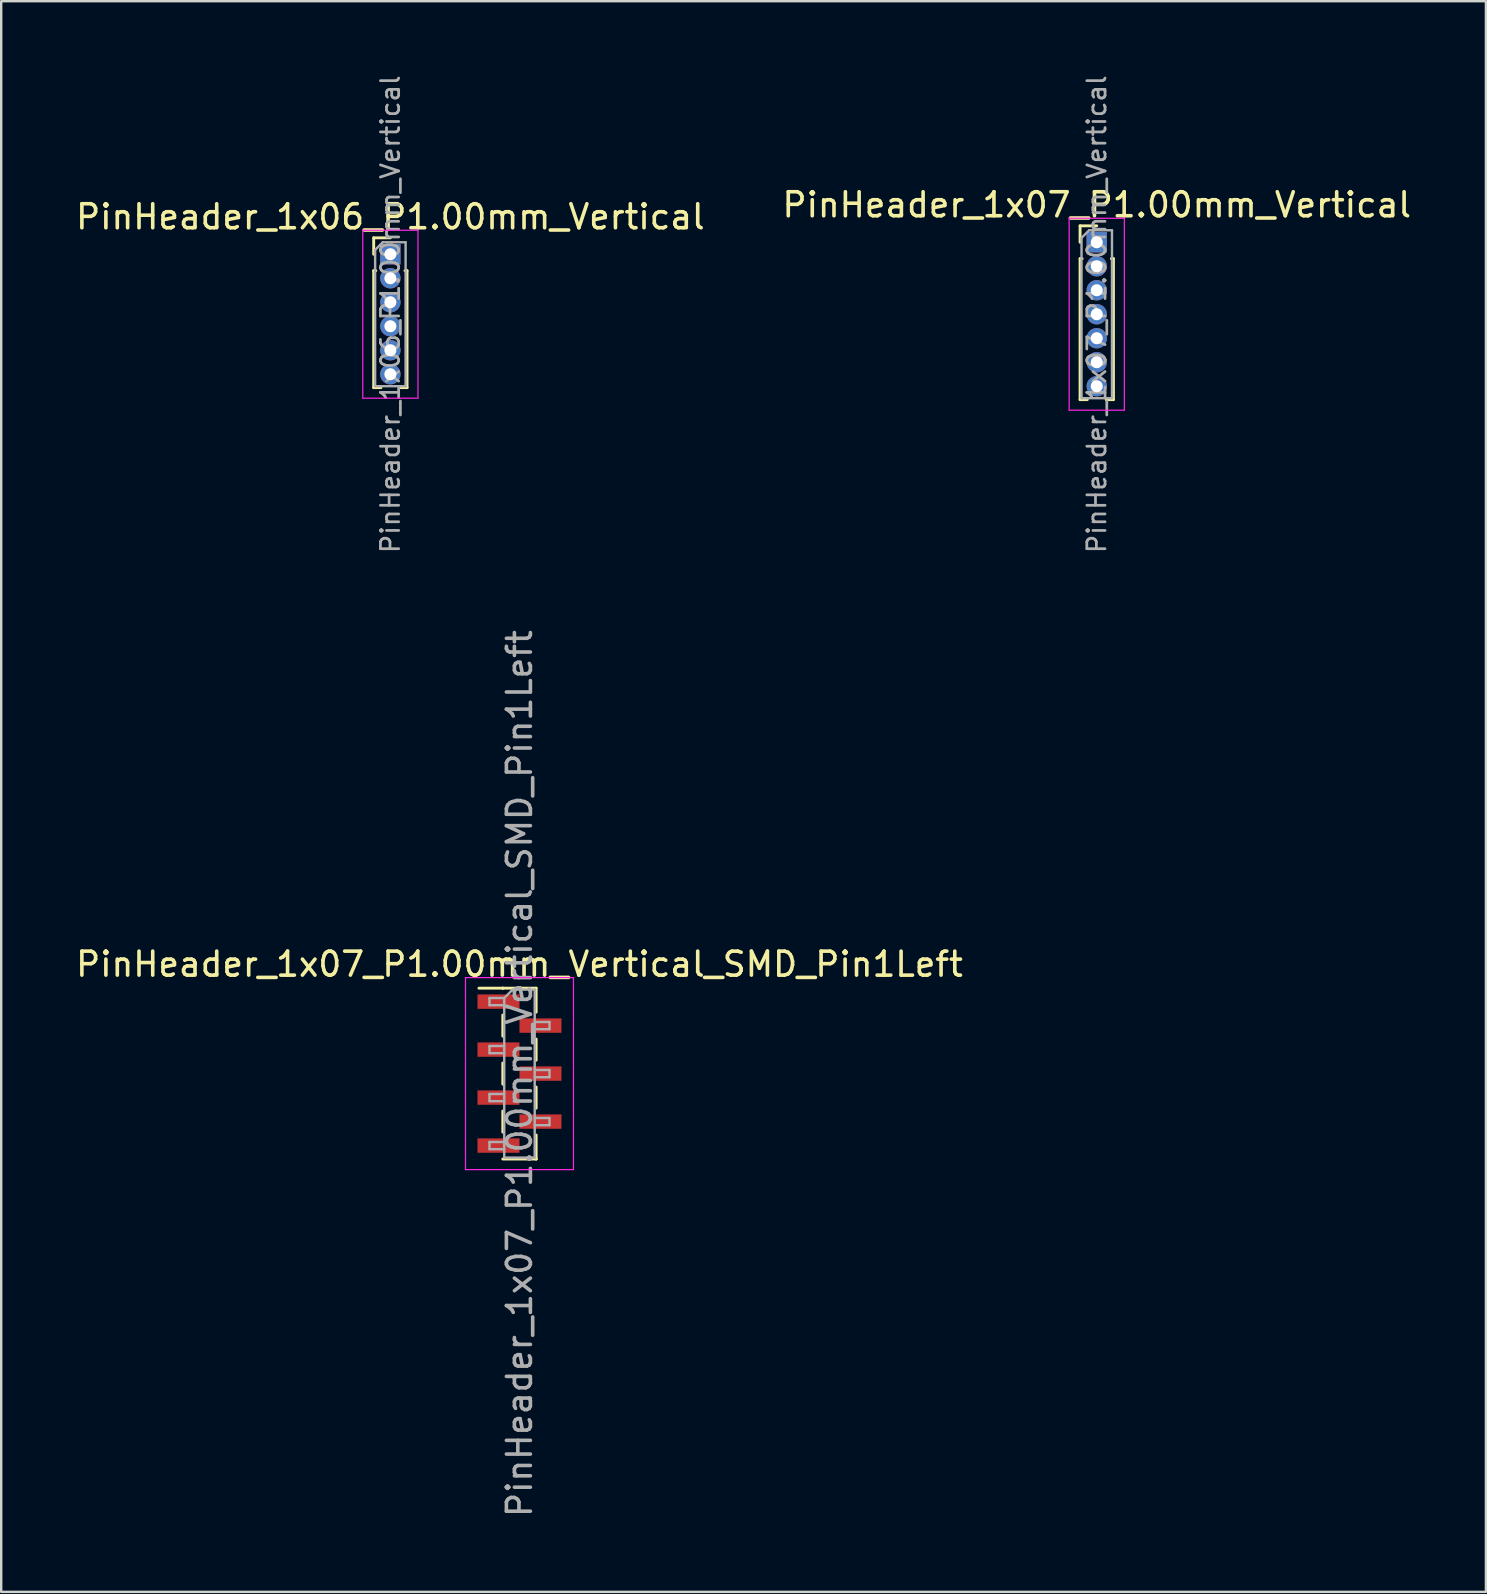
<source format=kicad_pcb>
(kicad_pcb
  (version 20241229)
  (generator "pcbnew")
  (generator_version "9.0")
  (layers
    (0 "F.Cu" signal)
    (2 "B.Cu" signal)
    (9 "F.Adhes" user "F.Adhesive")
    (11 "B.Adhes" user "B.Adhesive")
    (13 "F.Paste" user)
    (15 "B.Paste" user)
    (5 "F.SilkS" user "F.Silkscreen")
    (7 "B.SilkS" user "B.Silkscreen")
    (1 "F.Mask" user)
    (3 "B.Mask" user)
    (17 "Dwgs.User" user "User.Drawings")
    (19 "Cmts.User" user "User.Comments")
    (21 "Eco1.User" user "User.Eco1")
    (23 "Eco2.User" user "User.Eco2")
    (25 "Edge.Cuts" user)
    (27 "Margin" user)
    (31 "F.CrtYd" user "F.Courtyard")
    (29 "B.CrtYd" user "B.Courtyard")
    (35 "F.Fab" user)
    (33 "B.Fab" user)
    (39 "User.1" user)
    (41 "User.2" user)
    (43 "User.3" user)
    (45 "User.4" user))
  (footprint "PinHeader_1x07_P1.00mm_Vertical"
    (layer "F.Cu")
    (at 42.661 7.047)
    (property "Reference" "PinHeader_1x07_P1.00mm_Vertical" (at 0 -1.56 0) (layer "F.SilkS") (effects (font (size 1 1) (thickness 0.15))))
    (attr through_hole)
    (fp_line (start -0.695 -0.685) (end 0 -0.685) (stroke (width 0.12) (type solid)) (layer "F.SilkS"))
    (fp_line (start -0.695 0) (end -0.695 -0.685) (stroke (width 0.12) (type solid)) (layer "F.SilkS"))
    (fp_line (start -0.695 0.685) (end -0.695 6.56) (stroke (width 0.12) (type solid)) (layer "F.SilkS"))
    (fp_line (start -0.695 0.685) (end -0.608 0.685) (stroke (width 0.12) (type solid)) (layer "F.SilkS"))
    (fp_line (start -0.695 6.56) (end -0.394 6.56) (stroke (width 0.12) (type solid)) (layer "F.SilkS"))
    (fp_line (start 0.394 6.56) (end 0.695 6.56) (stroke (width 0.12) (type solid)) (layer "F.SilkS"))
    (fp_line (start 0.608 0.685) (end 0.695 0.685) (stroke (width 0.12) (type solid)) (layer "F.SilkS"))
    (fp_line (start 0.695 0.685) (end 0.695 6.56) (stroke (width 0.12) (type solid)) (layer "F.SilkS"))
    (fp_line (start -1.15 -1) (end -1.15 7) (stroke (width 0.05) (type solid)) (layer "F.CrtYd"))
    (fp_line (start -1.15 7) (end 1.15 7) (stroke (width 0.05) (type solid)) (layer "F.CrtYd"))
    (fp_line (start 1.15 -1) (end -1.15 -1) (stroke (width 0.05) (type solid)) (layer "F.CrtYd"))
    (fp_line (start 1.15 7) (end 1.15 -1) (stroke (width 0.05) (type solid)) (layer "F.CrtYd"))
    (fp_line (start -0.635 -0.182) (end -0.318 -0.5) (stroke (width 0.1) (type solid)) (layer "F.Fab"))
    (fp_line (start -0.635 6.5) (end -0.635 -0.182) (stroke (width 0.1) (type solid)) (layer "F.Fab"))
    (fp_line (start -0.318 -0.5) (end 0.635 -0.5) (stroke (width 0.1) (type solid)) (layer "F.Fab"))
    (fp_line (start 0.635 -0.5) (end 0.635 6.5) (stroke (width 0.1) (type solid)) (layer "F.Fab"))
    (fp_line (start 0.635 6.5) (end -0.635 6.5) (stroke (width 0.1) (type solid)) (layer "F.Fab"))
    (fp_text user "${REFERENCE}" (at 0 3 90) (layer "F.Fab") (effects (font (size 0.76 0.76) (thickness 0.114))))
    (pad "1" thru_hole rect (at 0 0) (size 0.85 0.85) (drill 0.5) (layers "*.Cu" "*.Mask"))
    (pad "2" thru_hole oval (at 0 1) (size 0.85 0.85) (drill 0.5) (layers "*.Cu" "*.Mask"))
    (pad "3" thru_hole oval (at 0 2) (size 0.85 0.85) (drill 0.5) (layers "*.Cu" "*.Mask"))
    (pad "4" thru_hole oval (at 0 3) (size 0.85 0.85) (drill 0.5) (layers "*.Cu" "*.Mask"))
    (pad "5" thru_hole oval (at 0 4) (size 0.85 0.85) (drill 0.5) (layers "*.Cu" "*.Mask"))
    (pad "6" thru_hole oval (at 0 5) (size 0.85 0.85) (drill 0.5) (layers "*.Cu" "*.Mask"))
    (pad "7" thru_hole oval (at 0 6) (size 0.85 0.85) (drill 0.5) (layers "*.Cu" "*.Mask")))
  (footprint "PinHeader_1x07_P1.00mm_Vertical_SMD_Pin1Left"
    (layer "F.Cu")
    (at 18.601 41.696)
    (property "Reference" "PinHeader_1x07_P1.00mm_Vertical_SMD_Pin1Left" (at 0 -4.56 0) (layer "F.SilkS") (effects (font (size 1 1) (thickness 0.15))))
    (attr smd)
    (fp_line (start -0.695 -3.56) (end -1.69 -3.56) (stroke (width 0.12) (type solid)) (layer "F.SilkS"))
    (fp_line (start -0.695 -3.56) (end -0.695 -3.56) (stroke (width 0.12) (type solid)) (layer "F.SilkS"))
    (fp_line (start -0.695 -3.56) (end 0.695 -3.56) (stroke (width 0.12) (type solid)) (layer "F.SilkS"))
    (fp_line (start -0.695 -2.44) (end -0.695 -1.56) (stroke (width 0.12) (type solid)) (layer "F.SilkS"))
    (fp_line (start -0.695 -0.44) (end -0.695 0.44) (stroke (width 0.12) (type solid)) (layer "F.SilkS"))
    (fp_line (start -0.695 1.56) (end -0.695 2.44) (stroke (width 0.12) (type solid)) (layer "F.SilkS"))
    (fp_line (start -0.695 3.56) (end 0.695 3.56) (stroke (width 0.12) (type solid)) (layer "F.SilkS"))
    (fp_line (start 0.695 -3.56) (end 0.695 -2.56) (stroke (width 0.12) (type solid)) (layer "F.SilkS"))
    (fp_line (start 0.695 -1.44) (end 0.695 -0.56) (stroke (width 0.12) (type solid)) (layer "F.SilkS"))
    (fp_line (start 0.695 0.56) (end 0.695 1.44) (stroke (width 0.12) (type solid)) (layer "F.SilkS"))
    (fp_line (start 0.695 2.56) (end 0.695 3.56) (stroke (width 0.12) (type solid)) (layer "F.SilkS"))
    (fp_line (start 0.695 3.56) (end 0.695 3.56) (stroke (width 0.12) (type solid)) (layer "F.SilkS"))
    (fp_line (start -2.25 -4) (end -2.25 4) (stroke (width 0.05) (type solid)) (layer "F.CrtYd"))
    (fp_line (start -2.25 4) (end 2.25 4) (stroke (width 0.05) (type solid)) (layer "F.CrtYd"))
    (fp_line (start 2.25 -4) (end -2.25 -4) (stroke (width 0.05) (type solid)) (layer "F.CrtYd"))
    (fp_line (start 2.25 4) (end 2.25 -4) (stroke (width 0.05) (type solid)) (layer "F.CrtYd"))
    (fp_line (start -1.25 -3.15) (end -1.25 -2.85) (stroke (width 0.1) (type solid)) (layer "F.Fab"))
    (fp_line (start -1.25 -2.85) (end -0.635 -2.85) (stroke (width 0.1) (type solid)) (layer "F.Fab"))
    (fp_line (start -1.25 -1.15) (end -1.25 -0.85) (stroke (width 0.1) (type solid)) (layer "F.Fab"))
    (fp_line (start -1.25 -0.85) (end -0.635 -0.85) (stroke (width 0.1) (type solid)) (layer "F.Fab"))
    (fp_line (start -1.25 0.85) (end -1.25 1.15) (stroke (width 0.1) (type solid)) (layer "F.Fab"))
    (fp_line (start -1.25 1.15) (end -0.635 1.15) (stroke (width 0.1) (type solid)) (layer "F.Fab"))
    (fp_line (start -1.25 2.85) (end -1.25 3.15) (stroke (width 0.1) (type solid)) (layer "F.Fab"))
    (fp_line (start -1.25 3.15) (end -0.635 3.15) (stroke (width 0.1) (type solid)) (layer "F.Fab"))
    (fp_line (start -0.635 -3.15) (end -1.25 -3.15) (stroke (width 0.1) (type solid)) (layer "F.Fab"))
    (fp_line (start -0.635 -3.15) (end -0.285 -3.5) (stroke (width 0.1) (type solid)) (layer "F.Fab"))
    (fp_line (start -0.635 -1.15) (end -1.25 -1.15) (stroke (width 0.1) (type solid)) (layer "F.Fab"))
    (fp_line (start -0.635 0.85) (end -1.25 0.85) (stroke (width 0.1) (type solid)) (layer "F.Fab"))
    (fp_line (start -0.635 2.85) (end -1.25 2.85) (stroke (width 0.1) (type solid)) (layer "F.Fab"))
    (fp_line (start -0.635 3.5) (end -0.635 -3.15) (stroke (width 0.1) (type solid)) (layer "F.Fab"))
    (fp_line (start -0.285 -3.5) (end 0.635 -3.5) (stroke (width 0.1) (type solid)) (layer "F.Fab"))
    (fp_line (start 0.635 -3.5) (end 0.635 3.5) (stroke (width 0.1) (type solid)) (layer "F.Fab"))
    (fp_line (start 0.635 -2.15) (end 1.25 -2.15) (stroke (width 0.1) (type solid)) (layer "F.Fab"))
    (fp_line (start 0.635 -0.15) (end 1.25 -0.15) (stroke (width 0.1) (type solid)) (layer "F.Fab"))
    (fp_line (start 0.635 1.85) (end 1.25 1.85) (stroke (width 0.1) (type solid)) (layer "F.Fab"))
    (fp_line (start 0.635 3.5) (end -0.635 3.5) (stroke (width 0.1) (type solid)) (layer "F.Fab"))
    (fp_line (start 1.25 -2.15) (end 1.25 -1.85) (stroke (width 0.1) (type solid)) (layer "F.Fab"))
    (fp_line (start 1.25 -1.85) (end 0.635 -1.85) (stroke (width 0.1) (type solid)) (layer "F.Fab"))
    (fp_line (start 1.25 -0.15) (end 1.25 0.15) (stroke (width 0.1) (type solid)) (layer "F.Fab"))
    (fp_line (start 1.25 0.15) (end 0.635 0.15) (stroke (width 0.1) (type solid)) (layer "F.Fab"))
    (fp_line (start 1.25 1.85) (end 1.25 2.15) (stroke (width 0.1) (type solid)) (layer "F.Fab"))
    (fp_line (start 1.25 2.15) (end 0.635 2.15) (stroke (width 0.1) (type solid)) (layer "F.Fab"))
    (fp_text user "${REFERENCE}" (at 0 0 90) (layer "F.Fab") (effects (font (size 1 1) (thickness 0.15))))
    (pad "1" smd rect (at -0.875 -3) (size 1.75 0.6) (layers "F.Cu" "F.Mask" "F.Paste"))
    (pad "2" smd rect (at 0.875 -2) (size 1.75 0.6) (layers "F.Cu" "F.Mask" "F.Paste"))
    (pad "3" smd rect (at -0.875 -1) (size 1.75 0.6) (layers "F.Cu" "F.Mask" "F.Paste"))
    (pad "4" smd rect (at 0.875 0) (size 1.75 0.6) (layers "F.Cu" "F.Mask" "F.Paste"))
    (pad "5" smd rect (at -0.875 1) (size 1.75 0.6) (layers "F.Cu" "F.Mask" "F.Paste"))
    (pad "6" smd rect (at 0.875 2) (size 1.75 0.6) (layers "F.Cu" "F.Mask" "F.Paste"))
    (pad "7" smd rect (at -0.875 3) (size 1.75 0.6) (layers "F.Cu" "F.Mask" "F.Paste")))
  (footprint "PinHeader_1x06_P1.00mm_Vertical"
    (layer "F.Cu")
    (at 13.22 7.547)
    (property "Reference" "PinHeader_1x06_P1.00mm_Vertical" (at 0 -1.56 0) (layer "F.SilkS") (effects (font (size 1 1) (thickness 0.15))))
    (attr through_hole)
    (fp_line (start -0.695 -0.685) (end 0 -0.685) (stroke (width 0.12) (type solid)) (layer "F.SilkS"))
    (fp_line (start -0.695 0) (end -0.695 -0.685) (stroke (width 0.12) (type solid)) (layer "F.SilkS"))
    (fp_line (start -0.695 0.685) (end -0.695 5.56) (stroke (width 0.12) (type solid)) (layer "F.SilkS"))
    (fp_line (start -0.695 0.685) (end -0.608 0.685) (stroke (width 0.12) (type solid)) (layer "F.SilkS"))
    (fp_line (start -0.695 5.56) (end -0.394 5.56) (stroke (width 0.12) (type solid)) (layer "F.SilkS"))
    (fp_line (start 0.394 5.56) (end 0.695 5.56) (stroke (width 0.12) (type solid)) (layer "F.SilkS"))
    (fp_line (start 0.608 0.685) (end 0.695 0.685) (stroke (width 0.12) (type solid)) (layer "F.SilkS"))
    (fp_line (start 0.695 0.685) (end 0.695 5.56) (stroke (width 0.12) (type solid)) (layer "F.SilkS"))
    (fp_line (start -1.15 -1) (end -1.15 6) (stroke (width 0.05) (type solid)) (layer "F.CrtYd"))
    (fp_line (start -1.15 6) (end 1.15 6) (stroke (width 0.05) (type solid)) (layer "F.CrtYd"))
    (fp_line (start 1.15 -1) (end -1.15 -1) (stroke (width 0.05) (type solid)) (layer "F.CrtYd"))
    (fp_line (start 1.15 6) (end 1.15 -1) (stroke (width 0.05) (type solid)) (layer "F.CrtYd"))
    (fp_line (start -0.635 -0.182) (end -0.318 -0.5) (stroke (width 0.1) (type solid)) (layer "F.Fab"))
    (fp_line (start -0.635 5.5) (end -0.635 -0.182) (stroke (width 0.1) (type solid)) (layer "F.Fab"))
    (fp_line (start -0.318 -0.5) (end 0.635 -0.5) (stroke (width 0.1) (type solid)) (layer "F.Fab"))
    (fp_line (start 0.635 -0.5) (end 0.635 5.5) (stroke (width 0.1) (type solid)) (layer "F.Fab"))
    (fp_line (start 0.635 5.5) (end -0.635 5.5) (stroke (width 0.1) (type solid)) (layer "F.Fab"))
    (fp_text user "${REFERENCE}" (at 0 2.5 90) (layer "F.Fab") (effects (font (size 0.76 0.76) (thickness 0.114))))
    (pad "1" thru_hole rect (at 0 0) (size 0.85 0.85) (drill 0.5) (layers "*.Cu" "*.Mask"))
    (pad "2" thru_hole oval (at 0 1) (size 0.85 0.85) (drill 0.5) (layers "*.Cu" "*.Mask"))
    (pad "3" thru_hole oval (at 0 2) (size 0.85 0.85) (drill 0.5) (layers "*.Cu" "*.Mask"))
    (pad "4" thru_hole oval (at 0 3) (size 0.85 0.85) (drill 0.5) (layers "*.Cu" "*.Mask"))
    (pad "5" thru_hole oval (at 0 4) (size 0.85 0.85) (drill 0.5) (layers "*.Cu" "*.Mask"))
    (pad "6" thru_hole oval (at 0 5) (size 0.85 0.85) (drill 0.5) (layers "*.Cu" "*.Mask")))
  (gr_rect
    (start -3 -3)
    (end 58.881 63.297)
    (stroke (width 0.1) (type default))
    (fill no)
    (layer "Edge.Cuts")))
</source>
